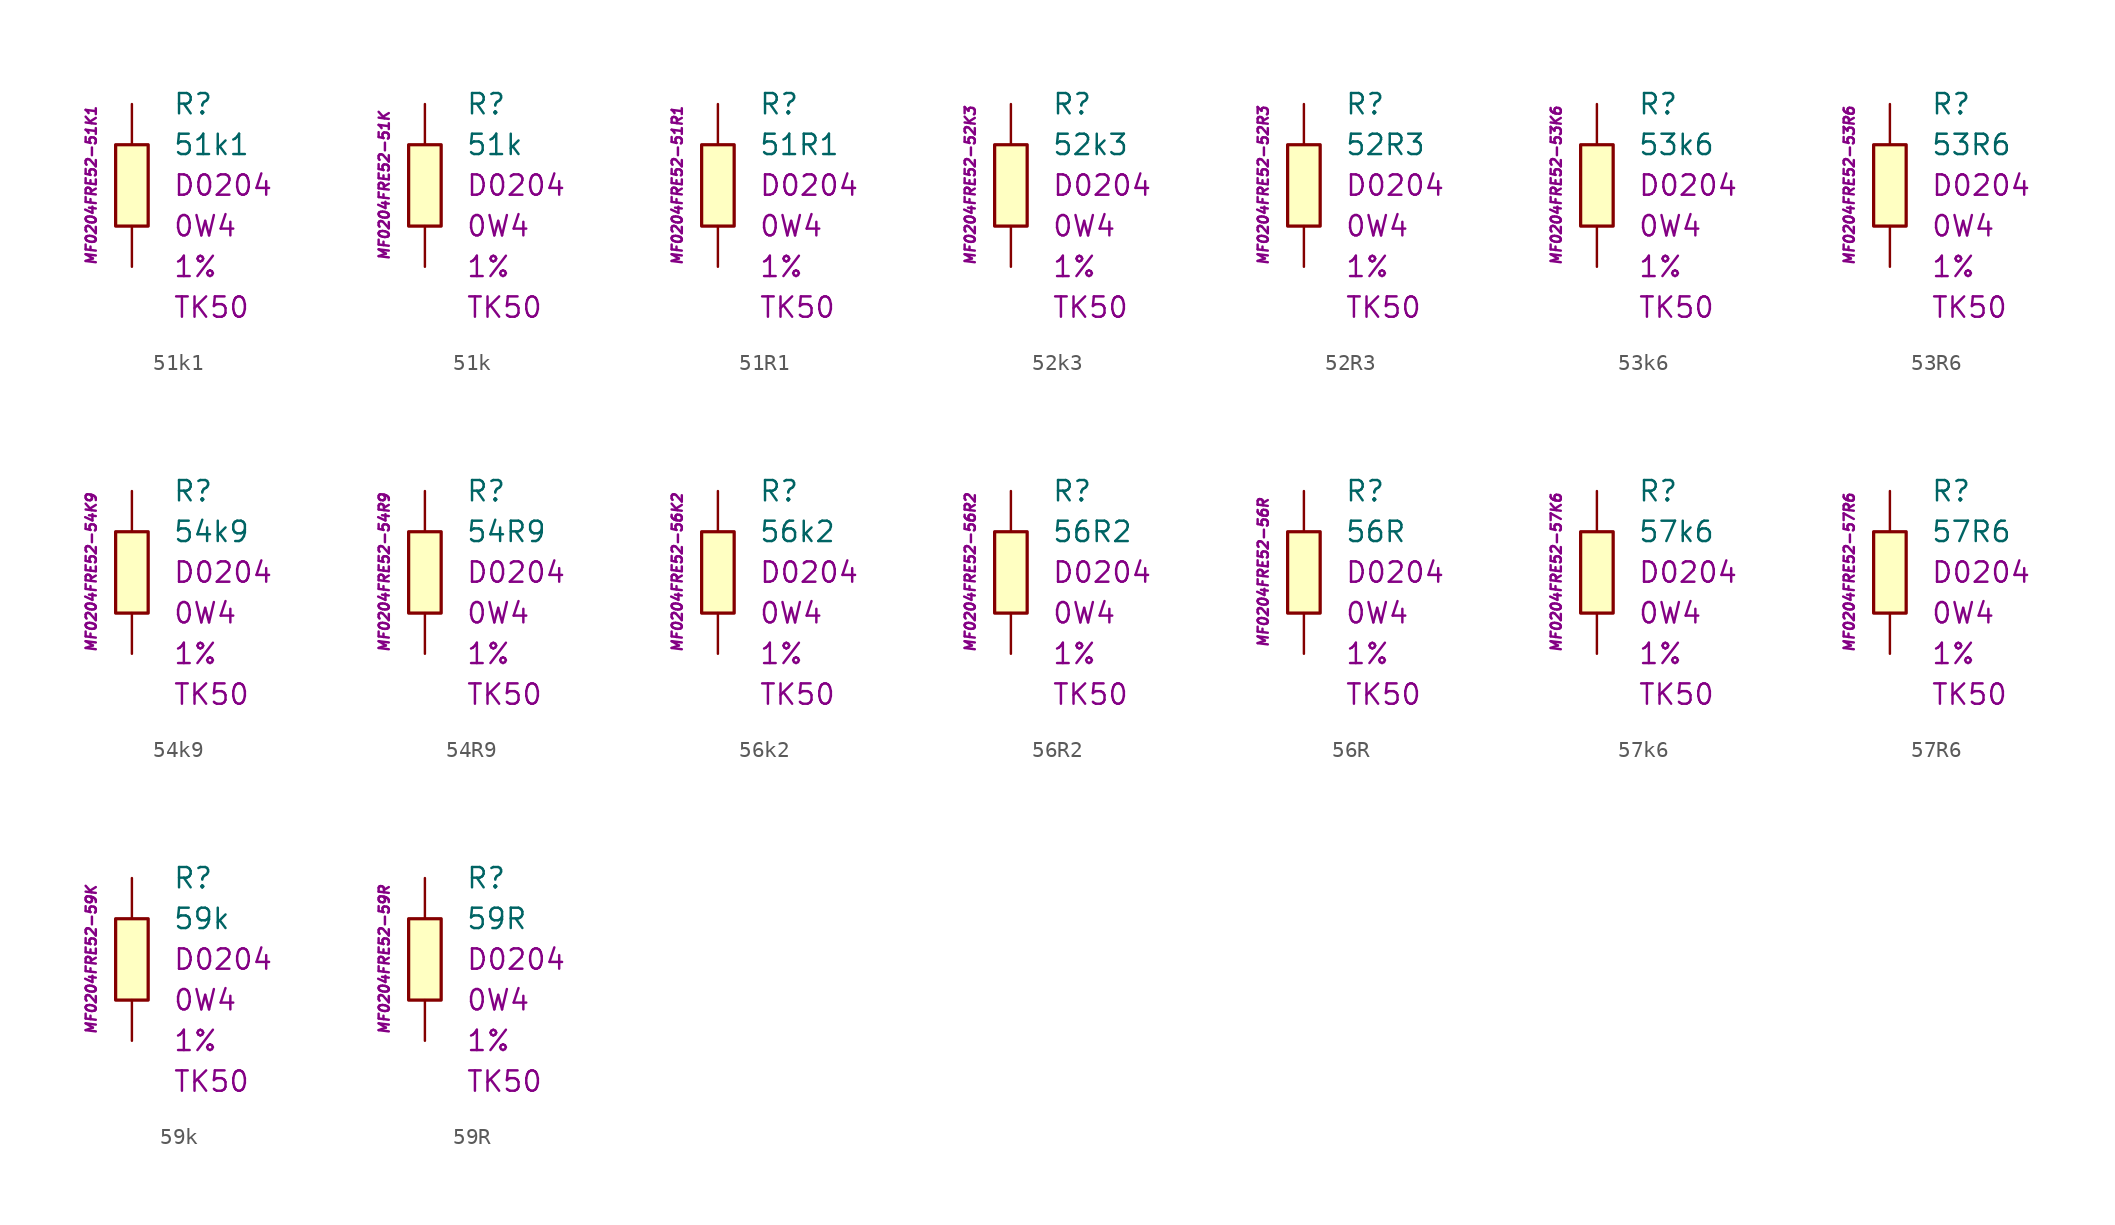
<source format=kicad_sym>
(kicad_symbol_lib
  (version 20201005)
  (generator kicad_symbol_editor)
  (symbol "51k1"
    (pin_numbers hide)
    (pin_names
      (offset 1.016) hide)
    (property "Reference" "R"
      (at 2.54 5.08 0)
      (effects (font (size 1.27 1.27)) (justify left)))
    (property "Value" "51k1"
      (at 2.54 2.54 0)
      (effects (font (size 1.27 1.27)) (justify left)))
    (property "Package" "D0204"
      (at 2.54 0 0)
      (effects (font (size 1.27 1.27)) (justify left)))
    (property "Power" "0W4"
      (at 2.54 -2.54 0)
      (effects (font (size 1.27 1.27)) (justify left)))
    (property "Tolerance" "1%"
      (at 2.54 -5.08 0)
      (effects (font (size 1.27 1.27)) (justify left)))
    (property "TK" "TK50"
      (at 2.54 -7.62 0)
      (effects (font (size 1.27 1.27)) (justify left)))
    (property "ID" "MF0204FRE52-51K1"
      (at -2.54 0 90)
      (effects (font (size 0.635 0.635) italic)))
    (symbol "51k1_0_1"
      (rectangle (start -1.016 2.54) (end 1.016 -2.54) (stroke (width 0.203)) (fill (type background))))
    (symbol "51k1_1_1"
      (pin passive line (at 0 5.08 270) (length 2.54) (name "~" (effects (font (size 1.778 1.778)))) (number "1" (effects (font (size 1.778 1.778)))))
      (pin passive line (at 0 -5.08 90) (length 2.54) (name "~" (effects (font (size 1.778 1.778)))) (number "2" (effects (font (size 1.778 1.778)))))))
  (symbol "51k"
    (pin_numbers hide)
    (pin_names
      (offset 1.016) hide)
    (property "Reference" "R"
      (at 2.54 5.08 0)
      (effects (font (size 1.27 1.27)) (justify left)))
    (property "Value" "51k"
      (at 2.54 2.54 0)
      (effects (font (size 1.27 1.27)) (justify left)))
    (property "Package" "D0204"
      (at 2.54 0 0)
      (effects (font (size 1.27 1.27)) (justify left)))
    (property "Power" "0W4"
      (at 2.54 -2.54 0)
      (effects (font (size 1.27 1.27)) (justify left)))
    (property "Tolerance" "1%"
      (at 2.54 -5.08 0)
      (effects (font (size 1.27 1.27)) (justify left)))
    (property "TK" "TK50"
      (at 2.54 -7.62 0)
      (effects (font (size 1.27 1.27)) (justify left)))
    (property "ID" "MF0204FRE52-51K"
      (at -2.54 0 90)
      (effects (font (size 0.635 0.635) italic)))
    (symbol "51k_0_1"
      (rectangle (start -1.016 2.54) (end 1.016 -2.54) (stroke (width 0.203)) (fill (type background))))
    (symbol "51k_1_1"
      (pin passive line (at 0 5.08 270) (length 2.54) (name "~" (effects (font (size 1.778 1.778)))) (number "1" (effects (font (size 1.778 1.778)))))
      (pin passive line (at 0 -5.08 90) (length 2.54) (name "~" (effects (font (size 1.778 1.778)))) (number "2" (effects (font (size 1.778 1.778)))))))
  (symbol "51R1"
    (pin_numbers hide)
    (pin_names
      (offset 1.016) hide)
    (property "Reference" "R"
      (at 2.54 5.08 0)
      (effects (font (size 1.27 1.27)) (justify left)))
    (property "Value" "51R1"
      (at 2.54 2.54 0)
      (effects (font (size 1.27 1.27)) (justify left)))
    (property "Package" "D0204"
      (at 2.54 0 0)
      (effects (font (size 1.27 1.27)) (justify left)))
    (property "Power" "0W4"
      (at 2.54 -2.54 0)
      (effects (font (size 1.27 1.27)) (justify left)))
    (property "Tolerance" "1%"
      (at 2.54 -5.08 0)
      (effects (font (size 1.27 1.27)) (justify left)))
    (property "TK" "TK50"
      (at 2.54 -7.62 0)
      (effects (font (size 1.27 1.27)) (justify left)))
    (property "ID" "MF0204FRE52-51R1"
      (at -2.54 0 90)
      (effects (font (size 0.635 0.635) italic)))
    (symbol "51R1_0_1"
      (rectangle (start -1.016 2.54) (end 1.016 -2.54) (stroke (width 0.203)) (fill (type background))))
    (symbol "51R1_1_1"
      (pin passive line (at 0 5.08 270) (length 2.54) (name "~" (effects (font (size 1.778 1.778)))) (number "1" (effects (font (size 1.778 1.778)))))
      (pin passive line (at 0 -5.08 90) (length 2.54) (name "~" (effects (font (size 1.778 1.778)))) (number "2" (effects (font (size 1.778 1.778)))))))
  (symbol "52k3"
    (pin_numbers hide)
    (pin_names
      (offset 1.016) hide)
    (property "Reference" "R"
      (at 2.54 5.08 0)
      (effects (font (size 1.27 1.27)) (justify left)))
    (property "Value" "52k3"
      (at 2.54 2.54 0)
      (effects (font (size 1.27 1.27)) (justify left)))
    (property "Package" "D0204"
      (at 2.54 0 0)
      (effects (font (size 1.27 1.27)) (justify left)))
    (property "Power" "0W4"
      (at 2.54 -2.54 0)
      (effects (font (size 1.27 1.27)) (justify left)))
    (property "Tolerance" "1%"
      (at 2.54 -5.08 0)
      (effects (font (size 1.27 1.27)) (justify left)))
    (property "TK" "TK50"
      (at 2.54 -7.62 0)
      (effects (font (size 1.27 1.27)) (justify left)))
    (property "ID" "MF0204FRE52-52K3"
      (at -2.54 0 90)
      (effects (font (size 0.635 0.635) italic)))
    (symbol "52k3_0_1"
      (rectangle (start -1.016 2.54) (end 1.016 -2.54) (stroke (width 0.203)) (fill (type background))))
    (symbol "52k3_1_1"
      (pin passive line (at 0 5.08 270) (length 2.54) (name "~" (effects (font (size 1.778 1.778)))) (number "1" (effects (font (size 1.778 1.778)))))
      (pin passive line (at 0 -5.08 90) (length 2.54) (name "~" (effects (font (size 1.778 1.778)))) (number "2" (effects (font (size 1.778 1.778)))))))
  (symbol "52R3"
    (pin_numbers hide)
    (pin_names
      (offset 1.016) hide)
    (property "Reference" "R"
      (at 2.54 5.08 0)
      (effects (font (size 1.27 1.27)) (justify left)))
    (property "Value" "52R3"
      (at 2.54 2.54 0)
      (effects (font (size 1.27 1.27)) (justify left)))
    (property "Package" "D0204"
      (at 2.54 0 0)
      (effects (font (size 1.27 1.27)) (justify left)))
    (property "Power" "0W4"
      (at 2.54 -2.54 0)
      (effects (font (size 1.27 1.27)) (justify left)))
    (property "Tolerance" "1%"
      (at 2.54 -5.08 0)
      (effects (font (size 1.27 1.27)) (justify left)))
    (property "TK" "TK50"
      (at 2.54 -7.62 0)
      (effects (font (size 1.27 1.27)) (justify left)))
    (property "ID" "MF0204FRE52-52R3"
      (at -2.54 0 90)
      (effects (font (size 0.635 0.635) italic)))
    (symbol "52R3_0_1"
      (rectangle (start -1.016 2.54) (end 1.016 -2.54) (stroke (width 0.203)) (fill (type background))))
    (symbol "52R3_1_1"
      (pin passive line (at 0 5.08 270) (length 2.54) (name "~" (effects (font (size 1.778 1.778)))) (number "1" (effects (font (size 1.778 1.778)))))
      (pin passive line (at 0 -5.08 90) (length 2.54) (name "~" (effects (font (size 1.778 1.778)))) (number "2" (effects (font (size 1.778 1.778)))))))
  (symbol "53k6"
    (pin_numbers hide)
    (pin_names
      (offset 1.016) hide)
    (property "Reference" "R"
      (at 2.54 5.08 0)
      (effects (font (size 1.27 1.27)) (justify left)))
    (property "Value" "53k6"
      (at 2.54 2.54 0)
      (effects (font (size 1.27 1.27)) (justify left)))
    (property "Package" "D0204"
      (at 2.54 0 0)
      (effects (font (size 1.27 1.27)) (justify left)))
    (property "Power" "0W4"
      (at 2.54 -2.54 0)
      (effects (font (size 1.27 1.27)) (justify left)))
    (property "Tolerance" "1%"
      (at 2.54 -5.08 0)
      (effects (font (size 1.27 1.27)) (justify left)))
    (property "TK" "TK50"
      (at 2.54 -7.62 0)
      (effects (font (size 1.27 1.27)) (justify left)))
    (property "ID" "MF0204FRE52-53K6"
      (at -2.54 0 90)
      (effects (font (size 0.635 0.635) italic)))
    (symbol "53k6_0_1"
      (rectangle (start -1.016 2.54) (end 1.016 -2.54) (stroke (width 0.203)) (fill (type background))))
    (symbol "53k6_1_1"
      (pin passive line (at 0 5.08 270) (length 2.54) (name "~" (effects (font (size 1.778 1.778)))) (number "1" (effects (font (size 1.778 1.778)))))
      (pin passive line (at 0 -5.08 90) (length 2.54) (name "~" (effects (font (size 1.778 1.778)))) (number "2" (effects (font (size 1.778 1.778)))))))
  (symbol "53R6"
    (pin_numbers hide)
    (pin_names
      (offset 1.016) hide)
    (property "Reference" "R"
      (at 2.54 5.08 0)
      (effects (font (size 1.27 1.27)) (justify left)))
    (property "Value" "53R6"
      (at 2.54 2.54 0)
      (effects (font (size 1.27 1.27)) (justify left)))
    (property "Package" "D0204"
      (at 2.54 0 0)
      (effects (font (size 1.27 1.27)) (justify left)))
    (property "Power" "0W4"
      (at 2.54 -2.54 0)
      (effects (font (size 1.27 1.27)) (justify left)))
    (property "Tolerance" "1%"
      (at 2.54 -5.08 0)
      (effects (font (size 1.27 1.27)) (justify left)))
    (property "TK" "TK50"
      (at 2.54 -7.62 0)
      (effects (font (size 1.27 1.27)) (justify left)))
    (property "ID" "MF0204FRE52-53R6"
      (at -2.54 0 90)
      (effects (font (size 0.635 0.635) italic)))
    (symbol "53R6_0_1"
      (rectangle (start -1.016 2.54) (end 1.016 -2.54) (stroke (width 0.203)) (fill (type background))))
    (symbol "53R6_1_1"
      (pin passive line (at 0 5.08 270) (length 2.54) (name "~" (effects (font (size 1.778 1.778)))) (number "1" (effects (font (size 1.778 1.778)))))
      (pin passive line (at 0 -5.08 90) (length 2.54) (name "~" (effects (font (size 1.778 1.778)))) (number "2" (effects (font (size 1.778 1.778)))))))
  (symbol "54k9"
    (pin_numbers hide)
    (pin_names
      (offset 1.016) hide)
    (property "Reference" "R"
      (at 2.54 5.08 0)
      (effects (font (size 1.27 1.27)) (justify left)))
    (property "Value" "54k9"
      (at 2.54 2.54 0)
      (effects (font (size 1.27 1.27)) (justify left)))
    (property "Package" "D0204"
      (at 2.54 0 0)
      (effects (font (size 1.27 1.27)) (justify left)))
    (property "Power" "0W4"
      (at 2.54 -2.54 0)
      (effects (font (size 1.27 1.27)) (justify left)))
    (property "Tolerance" "1%"
      (at 2.54 -5.08 0)
      (effects (font (size 1.27 1.27)) (justify left)))
    (property "TK" "TK50"
      (at 2.54 -7.62 0)
      (effects (font (size 1.27 1.27)) (justify left)))
    (property "ID" "MF0204FRE52-54K9"
      (at -2.54 0 90)
      (effects (font (size 0.635 0.635) italic)))
    (symbol "54k9_0_1"
      (rectangle (start -1.016 2.54) (end 1.016 -2.54) (stroke (width 0.203)) (fill (type background))))
    (symbol "54k9_1_1"
      (pin passive line (at 0 5.08 270) (length 2.54) (name "~" (effects (font (size 1.778 1.778)))) (number "1" (effects (font (size 1.778 1.778)))))
      (pin passive line (at 0 -5.08 90) (length 2.54) (name "~" (effects (font (size 1.778 1.778)))) (number "2" (effects (font (size 1.778 1.778)))))))
  (symbol "54R9"
    (pin_numbers hide)
    (pin_names
      (offset 1.016) hide)
    (property "Reference" "R"
      (at 2.54 5.08 0)
      (effects (font (size 1.27 1.27)) (justify left)))
    (property "Value" "54R9"
      (at 2.54 2.54 0)
      (effects (font (size 1.27 1.27)) (justify left)))
    (property "Package" "D0204"
      (at 2.54 0 0)
      (effects (font (size 1.27 1.27)) (justify left)))
    (property "Power" "0W4"
      (at 2.54 -2.54 0)
      (effects (font (size 1.27 1.27)) (justify left)))
    (property "Tolerance" "1%"
      (at 2.54 -5.08 0)
      (effects (font (size 1.27 1.27)) (justify left)))
    (property "TK" "TK50"
      (at 2.54 -7.62 0)
      (effects (font (size 1.27 1.27)) (justify left)))
    (property "ID" "MF0204FRE52-54R9"
      (at -2.54 0 90)
      (effects (font (size 0.635 0.635) italic)))
    (symbol "54R9_0_1"
      (rectangle (start -1.016 2.54) (end 1.016 -2.54) (stroke (width 0.203)) (fill (type background))))
    (symbol "54R9_1_1"
      (pin passive line (at 0 5.08 270) (length 2.54) (name "~" (effects (font (size 1.778 1.778)))) (number "1" (effects (font (size 1.778 1.778)))))
      (pin passive line (at 0 -5.08 90) (length 2.54) (name "~" (effects (font (size 1.778 1.778)))) (number "2" (effects (font (size 1.778 1.778)))))))
  (symbol "56k2"
    (pin_numbers hide)
    (pin_names
      (offset 1.016) hide)
    (property "Reference" "R"
      (at 2.54 5.08 0)
      (effects (font (size 1.27 1.27)) (justify left)))
    (property "Value" "56k2"
      (at 2.54 2.54 0)
      (effects (font (size 1.27 1.27)) (justify left)))
    (property "Package" "D0204"
      (at 2.54 0 0)
      (effects (font (size 1.27 1.27)) (justify left)))
    (property "Power" "0W4"
      (at 2.54 -2.54 0)
      (effects (font (size 1.27 1.27)) (justify left)))
    (property "Tolerance" "1%"
      (at 2.54 -5.08 0)
      (effects (font (size 1.27 1.27)) (justify left)))
    (property "TK" "TK50"
      (at 2.54 -7.62 0)
      (effects (font (size 1.27 1.27)) (justify left)))
    (property "ID" "MF0204FRE52-56K2"
      (at -2.54 0 90)
      (effects (font (size 0.635 0.635) italic)))
    (symbol "56k2_0_1"
      (rectangle (start -1.016 2.54) (end 1.016 -2.54) (stroke (width 0.203)) (fill (type background))))
    (symbol "56k2_1_1"
      (pin passive line (at 0 5.08 270) (length 2.54) (name "~" (effects (font (size 1.778 1.778)))) (number "1" (effects (font (size 1.778 1.778)))))
      (pin passive line (at 0 -5.08 90) (length 2.54) (name "~" (effects (font (size 1.778 1.778)))) (number "2" (effects (font (size 1.778 1.778)))))))
  (symbol "56R2"
    (pin_numbers hide)
    (pin_names
      (offset 1.016) hide)
    (property "Reference" "R"
      (at 2.54 5.08 0)
      (effects (font (size 1.27 1.27)) (justify left)))
    (property "Value" "56R2"
      (at 2.54 2.54 0)
      (effects (font (size 1.27 1.27)) (justify left)))
    (property "Package" "D0204"
      (at 2.54 0 0)
      (effects (font (size 1.27 1.27)) (justify left)))
    (property "Power" "0W4"
      (at 2.54 -2.54 0)
      (effects (font (size 1.27 1.27)) (justify left)))
    (property "Tolerance" "1%"
      (at 2.54 -5.08 0)
      (effects (font (size 1.27 1.27)) (justify left)))
    (property "TK" "TK50"
      (at 2.54 -7.62 0)
      (effects (font (size 1.27 1.27)) (justify left)))
    (property "ID" "MF0204FRE52-56R2"
      (at -2.54 0 90)
      (effects (font (size 0.635 0.635) italic)))
    (symbol "56R2_0_1"
      (rectangle (start -1.016 2.54) (end 1.016 -2.54) (stroke (width 0.203)) (fill (type background))))
    (symbol "56R2_1_1"
      (pin passive line (at 0 5.08 270) (length 2.54) (name "~" (effects (font (size 1.778 1.778)))) (number "1" (effects (font (size 1.778 1.778)))))
      (pin passive line (at 0 -5.08 90) (length 2.54) (name "~" (effects (font (size 1.778 1.778)))) (number "2" (effects (font (size 1.778 1.778)))))))
  (symbol "56R"
    (pin_numbers hide)
    (pin_names
      (offset 1.016) hide)
    (property "Reference" "R"
      (at 2.54 5.08 0)
      (effects (font (size 1.27 1.27)) (justify left)))
    (property "Value" "56R"
      (at 2.54 2.54 0)
      (effects (font (size 1.27 1.27)) (justify left)))
    (property "Package" "D0204"
      (at 2.54 0 0)
      (effects (font (size 1.27 1.27)) (justify left)))
    (property "Power" "0W4"
      (at 2.54 -2.54 0)
      (effects (font (size 1.27 1.27)) (justify left)))
    (property "Tolerance" "1%"
      (at 2.54 -5.08 0)
      (effects (font (size 1.27 1.27)) (justify left)))
    (property "TK" "TK50"
      (at 2.54 -7.62 0)
      (effects (font (size 1.27 1.27)) (justify left)))
    (property "ID" "MF0204FRE52-56R"
      (at -2.54 0 90)
      (effects (font (size 0.635 0.635) italic)))
    (symbol "56R_0_1"
      (rectangle (start -1.016 2.54) (end 1.016 -2.54) (stroke (width 0.203)) (fill (type background))))
    (symbol "56R_1_1"
      (pin passive line (at 0 5.08 270) (length 2.54) (name "~" (effects (font (size 1.778 1.778)))) (number "1" (effects (font (size 1.778 1.778)))))
      (pin passive line (at 0 -5.08 90) (length 2.54) (name "~" (effects (font (size 1.778 1.778)))) (number "2" (effects (font (size 1.778 1.778)))))))
  (symbol "57k6"
    (pin_numbers hide)
    (pin_names
      (offset 1.016) hide)
    (property "Reference" "R"
      (at 2.54 5.08 0)
      (effects (font (size 1.27 1.27)) (justify left)))
    (property "Value" "57k6"
      (at 2.54 2.54 0)
      (effects (font (size 1.27 1.27)) (justify left)))
    (property "Package" "D0204"
      (at 2.54 0 0)
      (effects (font (size 1.27 1.27)) (justify left)))
    (property "Power" "0W4"
      (at 2.54 -2.54 0)
      (effects (font (size 1.27 1.27)) (justify left)))
    (property "Tolerance" "1%"
      (at 2.54 -5.08 0)
      (effects (font (size 1.27 1.27)) (justify left)))
    (property "TK" "TK50"
      (at 2.54 -7.62 0)
      (effects (font (size 1.27 1.27)) (justify left)))
    (property "ID" "MF0204FRE52-57K6"
      (at -2.54 0 90)
      (effects (font (size 0.635 0.635) italic)))
    (symbol "57k6_0_1"
      (rectangle (start -1.016 2.54) (end 1.016 -2.54) (stroke (width 0.203)) (fill (type background))))
    (symbol "57k6_1_1"
      (pin passive line (at 0 5.08 270) (length 2.54) (name "~" (effects (font (size 1.778 1.778)))) (number "1" (effects (font (size 1.778 1.778)))))
      (pin passive line (at 0 -5.08 90) (length 2.54) (name "~" (effects (font (size 1.778 1.778)))) (number "2" (effects (font (size 1.778 1.778)))))))
  (symbol "57R6"
    (pin_numbers hide)
    (pin_names
      (offset 1.016) hide)
    (property "Reference" "R"
      (at 2.54 5.08 0)
      (effects (font (size 1.27 1.27)) (justify left)))
    (property "Value" "57R6"
      (at 2.54 2.54 0)
      (effects (font (size 1.27 1.27)) (justify left)))
    (property "Package" "D0204"
      (at 2.54 0 0)
      (effects (font (size 1.27 1.27)) (justify left)))
    (property "Power" "0W4"
      (at 2.54 -2.54 0)
      (effects (font (size 1.27 1.27)) (justify left)))
    (property "Tolerance" "1%"
      (at 2.54 -5.08 0)
      (effects (font (size 1.27 1.27)) (justify left)))
    (property "TK" "TK50"
      (at 2.54 -7.62 0)
      (effects (font (size 1.27 1.27)) (justify left)))
    (property "ID" "MF0204FRE52-57R6"
      (at -2.54 0 90)
      (effects (font (size 0.635 0.635) italic)))
    (symbol "57R6_0_1"
      (rectangle (start -1.016 2.54) (end 1.016 -2.54) (stroke (width 0.203)) (fill (type background))))
    (symbol "57R6_1_1"
      (pin passive line (at 0 5.08 270) (length 2.54) (name "~" (effects (font (size 1.778 1.778)))) (number "1" (effects (font (size 1.778 1.778)))))
      (pin passive line (at 0 -5.08 90) (length 2.54) (name "~" (effects (font (size 1.778 1.778)))) (number "2" (effects (font (size 1.778 1.778)))))))
  (symbol "59k"
    (pin_numbers hide)
    (pin_names
      (offset 1.016) hide)
    (property "Reference" "R"
      (at 2.54 5.08 0)
      (effects (font (size 1.27 1.27)) (justify left)))
    (property "Value" "59k"
      (at 2.54 2.54 0)
      (effects (font (size 1.27 1.27)) (justify left)))
    (property "Package" "D0204"
      (at 2.54 0 0)
      (effects (font (size 1.27 1.27)) (justify left)))
    (property "Power" "0W4"
      (at 2.54 -2.54 0)
      (effects (font (size 1.27 1.27)) (justify left)))
    (property "Tolerance" "1%"
      (at 2.54 -5.08 0)
      (effects (font (size 1.27 1.27)) (justify left)))
    (property "TK" "TK50"
      (at 2.54 -7.62 0)
      (effects (font (size 1.27 1.27)) (justify left)))
    (property "ID" "MF0204FRE52-59K"
      (at -2.54 0 90)
      (effects (font (size 0.635 0.635) italic)))
    (symbol "59k_0_1"
      (rectangle (start -1.016 2.54) (end 1.016 -2.54) (stroke (width 0.203)) (fill (type background))))
    (symbol "59k_1_1"
      (pin passive line (at 0 5.08 270) (length 2.54) (name "~" (effects (font (size 1.778 1.778)))) (number "1" (effects (font (size 1.778 1.778)))))
      (pin passive line (at 0 -5.08 90) (length 2.54) (name "~" (effects (font (size 1.778 1.778)))) (number "2" (effects (font (size 1.778 1.778)))))))
  (symbol "59R"
    (pin_numbers hide)
    (pin_names
      (offset 1.016) hide)
    (property "Reference" "R"
      (at 2.54 5.08 0)
      (effects (font (size 1.27 1.27)) (justify left)))
    (property "Value" "59R"
      (at 2.54 2.54 0)
      (effects (font (size 1.27 1.27)) (justify left)))
    (property "Package" "D0204"
      (at 2.54 0 0)
      (effects (font (size 1.27 1.27)) (justify left)))
    (property "Power" "0W4"
      (at 2.54 -2.54 0)
      (effects (font (size 1.27 1.27)) (justify left)))
    (property "Tolerance" "1%"
      (at 2.54 -5.08 0)
      (effects (font (size 1.27 1.27)) (justify left)))
    (property "TK" "TK50"
      (at 2.54 -7.62 0)
      (effects (font (size 1.27 1.27)) (justify left)))
    (property "ID" "MF0204FRE52-59R"
      (at -2.54 0 90)
      (effects (font (size 0.635 0.635) italic)))
    (symbol "59R_0_1"
      (rectangle (start -1.016 2.54) (end 1.016 -2.54) (stroke (width 0.203)) (fill (type background))))
    (symbol "59R_1_1"
      (pin passive line (at 0 5.08 270) (length 2.54) (name "~" (effects (font (size 1.778 1.778)))) (number "1" (effects (font (size 1.778 1.778)))))
      (pin passive line (at 0 -5.08 90) (length 2.54) (name "~" (effects (font (size 1.778 1.778)))) (number "2" (effects (font (size 1.778 1.778))))))))
</source>
